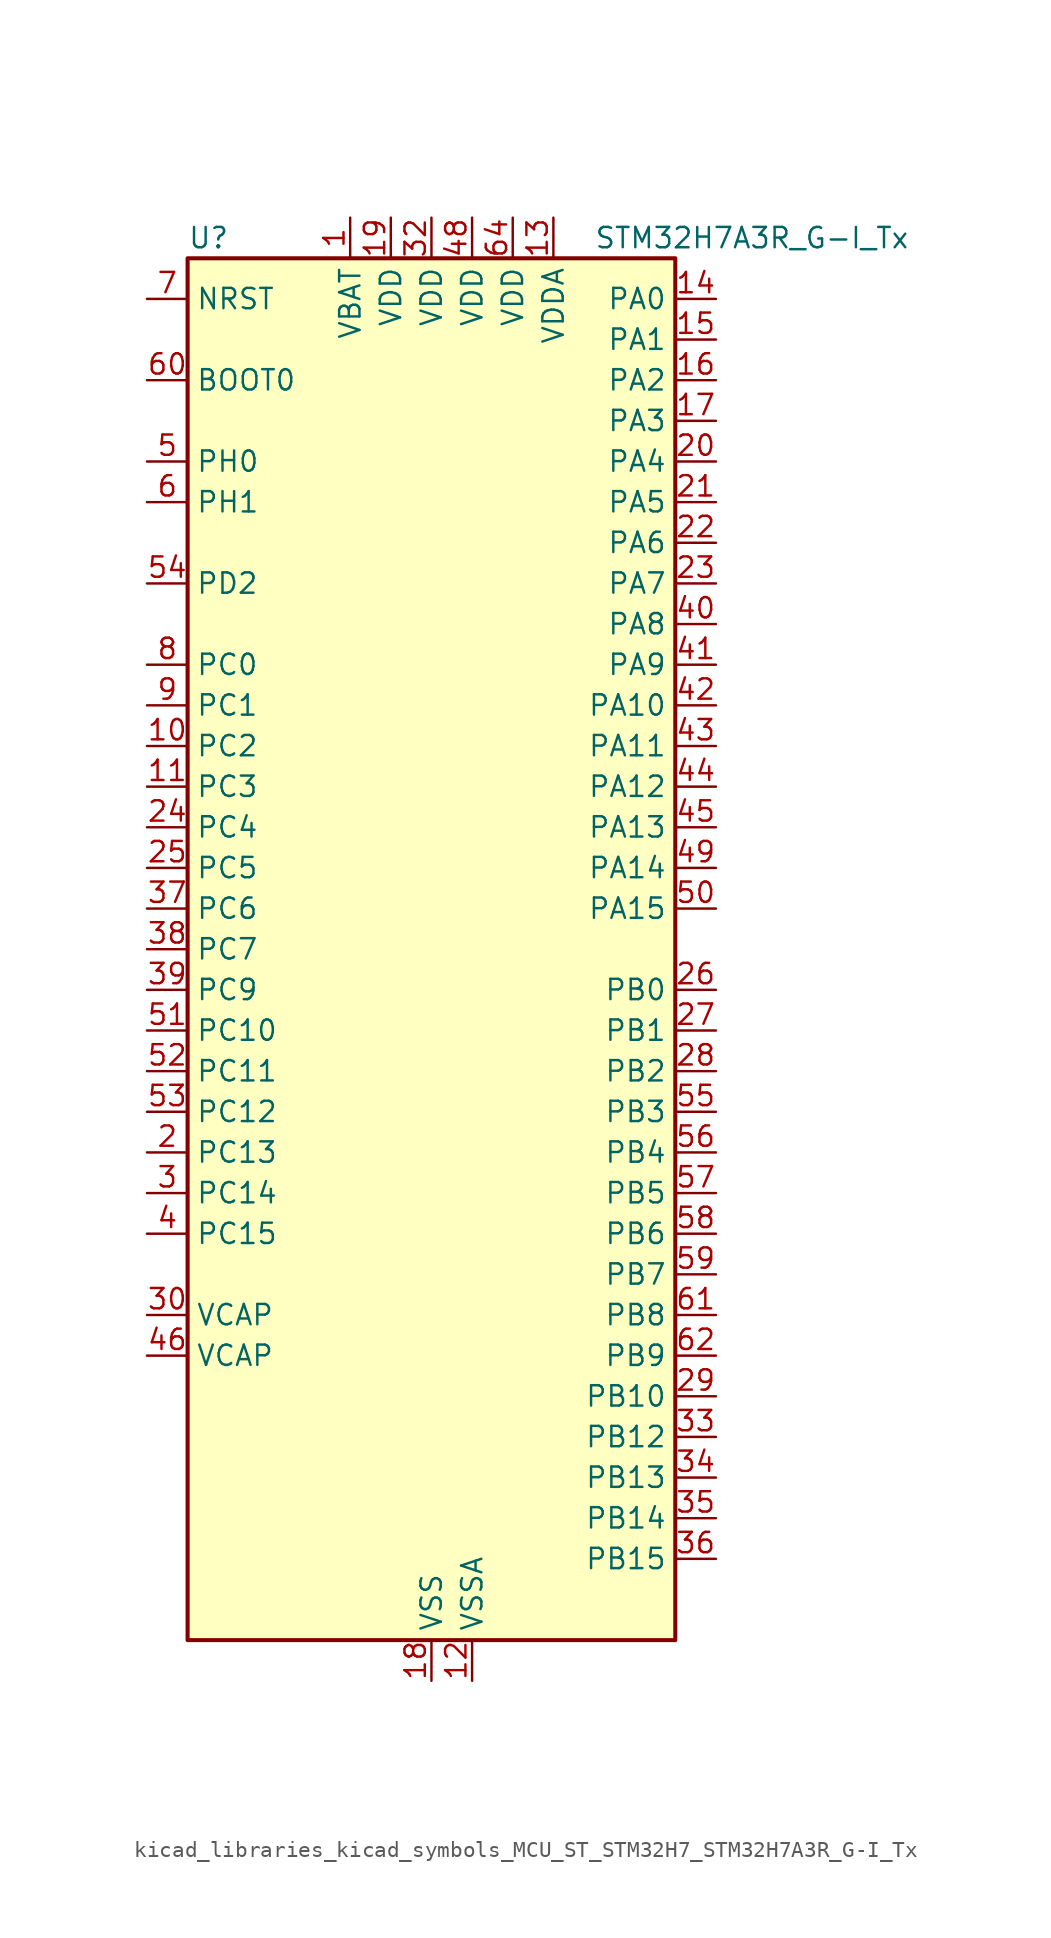
<source format=kicad_sym>
(kicad_symbol_lib
  (version 20220914)
  (generator kicad_symbol_editor)
  (symbol "kicad_libraries_kicad_symbols_MCU_ST_STM32H7_STM32H7A3R_G-I_Tx"
    (property "Reference" "U"
      (at -15.24 44.45 0)
      (effects (font (size 1.27 1.27)) (justify left)))
    (property "Value" "STM32H7A3R_G-I_Tx"
      (at 10.16 44.45 0)
      (effects (font (size 1.27 1.27)) (justify left)))
    (property "ki_locked" ""
      (at 0 0 0)
      (effects (font (size 1.27 1.27))))
    (symbol "kicad_libraries_kicad_symbols_MCU_ST_STM32H7_STM32H7A3R_G-I_Tx_0_1"
      (rectangle (start -15.24 -43.18) (end 15.24 43.18) (stroke (width 0.254) (type default)) (fill (type background))))
    (symbol "kicad_libraries_kicad_symbols_MCU_ST_STM32H7_STM32H7A3R_G-I_Tx_1_1"
      (pin power_in line (at -5.08 45.72 270) (length 2.54) (name "VBAT" (effects (font (size 1.27 1.27)))) (number "1" (effects (font (size 1.27 1.27)))))
      (pin bidirectional line (at -17.78 12.7 0) (length 2.54) (name "PC2" (effects (font (size 1.27 1.27)))) (number "10" (effects (font (size 1.27 1.27)))) (alternate "ADC1_INN11" bidirectional line) (alternate "ADC1_INP12" bidirectional line) (alternate "ADC2_INN11" bidirectional line) (alternate "ADC2_INP12" bidirectional line) (alternate "DFSDM1_CKIN1" bidirectional line) (alternate "DFSDM1_CKOUT" bidirectional line) (alternate "I2S2_SDI" bidirectional line) (alternate "OCTOSPIM_P1_IO2" bidirectional line) (alternate "OCTOSPIM_P1_IO5" bidirectional line) (alternate "PWR_CSTOP" bidirectional line) (alternate "SPI2_MISO" bidirectional line) (alternate "USB_OTG_HS_ULPI_DIR" bidirectional line))
      (pin bidirectional line (at -17.78 10.16 0) (length 2.54) (name "PC3" (effects (font (size 1.27 1.27)))) (number "11" (effects (font (size 1.27 1.27)))) (alternate "ADC1_INN12" bidirectional line) (alternate "ADC1_INP13" bidirectional line) (alternate "ADC2_INN12" bidirectional line) (alternate "ADC2_INP13" bidirectional line) (alternate "DFSDM1_DATIN1" bidirectional line) (alternate "I2S2_SDO" bidirectional line) (alternate "OCTOSPIM_P1_IO0" bidirectional line) (alternate "OCTOSPIM_P1_IO6" bidirectional line) (alternate "PWR_CSLEEP" bidirectional line) (alternate "SPI2_MOSI" bidirectional line) (alternate "USB_OTG_HS_ULPI_NXT" bidirectional line))
      (pin power_in line (at 2.54 -45.72 90) (length 2.54) (name "VSSA" (effects (font (size 1.27 1.27)))) (number "12" (effects (font (size 1.27 1.27)))))
      (pin power_in line (at 7.62 45.72 270) (length 2.54) (name "VDDA" (effects (font (size 1.27 1.27)))) (number "13" (effects (font (size 1.27 1.27)))))
      (pin bidirectional line (at 17.78 40.64 180) (length 2.54) (name "PA0" (effects (font (size 1.27 1.27)))) (number "14" (effects (font (size 1.27 1.27)))) (alternate "ADC1_INP16" bidirectional line) (alternate "I2S6_WS" bidirectional line) (alternate "PWR_WKUP1" bidirectional line) (alternate "SAI2_SD_B" bidirectional line) (alternate "SDMMC2_CMD" bidirectional line) (alternate "SPI6_NSS" bidirectional line) (alternate "TIM15_BKIN" bidirectional line) (alternate "TIM2_CH1" bidirectional line) (alternate "TIM2_ETR" bidirectional line) (alternate "TIM5_CH1" bidirectional line) (alternate "TIM8_ETR" bidirectional line) (alternate "UART4_TX" bidirectional line) (alternate "USART2_CTS" bidirectional line) (alternate "USART2_NSS" bidirectional line))
      (pin bidirectional line (at 17.78 38.1 180) (length 2.54) (name "PA1" (effects (font (size 1.27 1.27)))) (number "15" (effects (font (size 1.27 1.27)))) (alternate "ADC1_INN16" bidirectional line) (alternate "ADC1_INP17" bidirectional line) (alternate "LPTIM3_OUT" bidirectional line) (alternate "LTDC_R2" bidirectional line) (alternate "OCTOSPIM_P1_DQS" bidirectional line) (alternate "OCTOSPIM_P1_IO3" bidirectional line) (alternate "SAI2_MCLK_B" bidirectional line) (alternate "TIM15_CH1N" bidirectional line) (alternate "TIM2_CH2" bidirectional line) (alternate "TIM5_CH2" bidirectional line) (alternate "UART4_RX" bidirectional line) (alternate "USART2_DE" bidirectional line) (alternate "USART2_RTS" bidirectional line))
      (pin bidirectional line (at 17.78 35.56 180) (length 2.54) (name "PA2" (effects (font (size 1.27 1.27)))) (number "16" (effects (font (size 1.27 1.27)))) (alternate "ADC1_INP14" bidirectional line) (alternate "DFSDM2_CKIN1" bidirectional line) (alternate "LTDC_R1" bidirectional line) (alternate "MDIOS_MDIO" bidirectional line) (alternate "PWR_WKUP2" bidirectional line) (alternate "SAI2_SCK_B" bidirectional line) (alternate "TIM15_CH1" bidirectional line) (alternate "TIM2_CH3" bidirectional line) (alternate "TIM5_CH3" bidirectional line) (alternate "USART2_TX" bidirectional line))
      (pin bidirectional line (at 17.78 33.02 180) (length 2.54) (name "PA3" (effects (font (size 1.27 1.27)))) (number "17" (effects (font (size 1.27 1.27)))) (alternate "ADC1_INP15" bidirectional line) (alternate "I2S6_MCK" bidirectional line) (alternate "LTDC_B2" bidirectional line) (alternate "LTDC_B5" bidirectional line) (alternate "OCTOSPIM_P1_CLK" bidirectional line) (alternate "TIM15_CH2" bidirectional line) (alternate "TIM2_CH4" bidirectional line) (alternate "TIM5_CH4" bidirectional line) (alternate "USART2_RX" bidirectional line) (alternate "USB_OTG_HS_ULPI_D0" bidirectional line))
      (pin power_in line (at 0 -45.72 90) (length 2.54) (name "VSS" (effects (font (size 1.27 1.27)))) (number "18" (effects (font (size 1.27 1.27)))))
      (pin power_in line (at -2.54 45.72 270) (length 2.54) (name "VDD" (effects (font (size 1.27 1.27)))) (number "19" (effects (font (size 1.27 1.27)))))
      (pin bidirectional line (at -17.78 -12.7 0) (length 2.54) (name "PC13" (effects (font (size 1.27 1.27)))) (number "2" (effects (font (size 1.27 1.27)))) (alternate "PWR_WKUP4" bidirectional line) (alternate "RTC_OUT_ALARM" bidirectional line) (alternate "RTC_OUT_CALIB" bidirectional line) (alternate "RTC_TAMP1" bidirectional line) (alternate "RTC_TS" bidirectional line))
      (pin bidirectional line (at 17.78 30.48 180) (length 2.54) (name "PA4" (effects (font (size 1.27 1.27)))) (number "20" (effects (font (size 1.27 1.27)))) (alternate "ADC1_INP18" bidirectional line) (alternate "DAC1_OUT1" bidirectional line) (alternate "DCMI_HSYNC" bidirectional line) (alternate "I2S1_WS" bidirectional line) (alternate "I2S3_WS" bidirectional line) (alternate "I2S6_WS" bidirectional line) (alternate "LTDC_VSYNC" bidirectional line) (alternate "PSSI_DE" bidirectional line) (alternate "SPI1_NSS" bidirectional line) (alternate "SPI3_NSS" bidirectional line) (alternate "SPI6_NSS" bidirectional line) (alternate "TIM5_ETR" bidirectional line) (alternate "USART2_CK" bidirectional line))
      (pin bidirectional line (at 17.78 27.94 180) (length 2.54) (name "PA5" (effects (font (size 1.27 1.27)))) (number "21" (effects (font (size 1.27 1.27)))) (alternate "ADC1_INN18" bidirectional line) (alternate "ADC1_INP19" bidirectional line) (alternate "DAC1_OUT2" bidirectional line) (alternate "I2S1_CK" bidirectional line) (alternate "I2S6_CK" bidirectional line) (alternate "LTDC_R4" bidirectional line) (alternate "PSSI_D14" bidirectional line) (alternate "PWR_NDSTOP2" bidirectional line) (alternate "SPI1_SCK" bidirectional line) (alternate "SPI6_SCK" bidirectional line) (alternate "TIM2_CH1" bidirectional line) (alternate "TIM2_ETR" bidirectional line) (alternate "TIM8_CH1N" bidirectional line) (alternate "USB_OTG_HS_ULPI_CK" bidirectional line))
      (pin bidirectional line (at 17.78 25.4 180) (length 2.54) (name "PA6" (effects (font (size 1.27 1.27)))) (number "22" (effects (font (size 1.27 1.27)))) (alternate "ADC1_INP3" bidirectional line) (alternate "ADC2_INP3" bidirectional line) (alternate "DAC2_OUT1" bidirectional line) (alternate "DCMI_PIXCLK" bidirectional line) (alternate "I2S1_SDI" bidirectional line) (alternate "I2S6_SDI" bidirectional line) (alternate "LTDC_G2" bidirectional line) (alternate "MDIOS_MDC" bidirectional line) (alternate "OCTOSPIM_P1_IO3" bidirectional line) (alternate "PSSI_PDCK" bidirectional line) (alternate "SPI1_MISO" bidirectional line) (alternate "SPI6_MISO" bidirectional line) (alternate "TIM13_CH1" bidirectional line) (alternate "TIM1_BKIN" bidirectional line) (alternate "TIM1_BKIN_COMP1" bidirectional line) (alternate "TIM3_CH1" bidirectional line) (alternate "TIM8_BKIN" bidirectional line) (alternate "TIM8_BKIN_COMP1" bidirectional line))
      (pin bidirectional line (at 17.78 22.86 180) (length 2.54) (name "PA7" (effects (font (size 1.27 1.27)))) (number "23" (effects (font (size 1.27 1.27)))) (alternate "ADC1_INN3" bidirectional line) (alternate "ADC1_INP7" bidirectional line) (alternate "ADC2_INN3" bidirectional line) (alternate "ADC2_INP7" bidirectional line) (alternate "DFSDM2_DATIN1" bidirectional line) (alternate "I2S1_SDO" bidirectional line) (alternate "I2S6_SDO" bidirectional line) (alternate "LTDC_VSYNC" bidirectional line) (alternate "OCTOSPIM_P1_IO2" bidirectional line) (alternate "OPAMP1_VINM" bidirectional line) (alternate "SPI1_MOSI" bidirectional line) (alternate "SPI6_MOSI" bidirectional line) (alternate "TIM14_CH1" bidirectional line) (alternate "TIM1_CH1N" bidirectional line) (alternate "TIM3_CH2" bidirectional line) (alternate "TIM8_CH1N" bidirectional line))
      (pin bidirectional line (at -17.78 7.62 0) (length 2.54) (name "PC4" (effects (font (size 1.27 1.27)))) (number "24" (effects (font (size 1.27 1.27)))) (alternate "ADC1_INP4" bidirectional line) (alternate "ADC2_INP4" bidirectional line) (alternate "COMP1_INM" bidirectional line) (alternate "DFSDM1_CKIN2" bidirectional line) (alternate "I2S1_MCK" bidirectional line) (alternate "LTDC_R7" bidirectional line) (alternate "OPAMP1_VOUT" bidirectional line) (alternate "SPDIFRX_IN2" bidirectional line))
      (pin bidirectional line (at -17.78 5.08 0) (length 2.54) (name "PC5" (effects (font (size 1.27 1.27)))) (number "25" (effects (font (size 1.27 1.27)))) (alternate "ADC1_INN4" bidirectional line) (alternate "ADC1_INP8" bidirectional line) (alternate "ADC2_INN4" bidirectional line) (alternate "ADC2_INP8" bidirectional line) (alternate "COMP1_OUT" bidirectional line) (alternate "DFSDM1_DATIN2" bidirectional line) (alternate "LTDC_DE" bidirectional line) (alternate "OCTOSPIM_P1_DQS" bidirectional line) (alternate "OPAMP1_VINM" bidirectional line) (alternate "PSSI_D15" bidirectional line) (alternate "SPDIFRX_IN3" bidirectional line))
      (pin bidirectional line (at 17.78 -2.54 180) (length 2.54) (name "PB0" (effects (font (size 1.27 1.27)))) (number "26" (effects (font (size 1.27 1.27)))) (alternate "ADC1_INN5" bidirectional line) (alternate "ADC1_INP9" bidirectional line) (alternate "ADC2_INN5" bidirectional line) (alternate "ADC2_INP9" bidirectional line) (alternate "COMP1_INP" bidirectional line) (alternate "DFSDM1_CKOUT" bidirectional line) (alternate "DFSDM2_CKOUT" bidirectional line) (alternate "LTDC_G1" bidirectional line) (alternate "LTDC_R3" bidirectional line) (alternate "OCTOSPIM_P1_IO1" bidirectional line) (alternate "OPAMP1_VINP" bidirectional line) (alternate "TIM1_CH2N" bidirectional line) (alternate "TIM3_CH3" bidirectional line) (alternate "TIM8_CH2N" bidirectional line) (alternate "UART4_CTS" bidirectional line) (alternate "USB_OTG_HS_ULPI_D1" bidirectional line))
      (pin bidirectional line (at 17.78 -5.08 180) (length 2.54) (name "PB1" (effects (font (size 1.27 1.27)))) (number "27" (effects (font (size 1.27 1.27)))) (alternate "ADC1_INP5" bidirectional line) (alternate "ADC2_INP5" bidirectional line) (alternate "COMP1_INM" bidirectional line) (alternate "DFSDM1_DATIN1" bidirectional line) (alternate "LTDC_G0" bidirectional line) (alternate "LTDC_R6" bidirectional line) (alternate "OCTOSPIM_P1_IO0" bidirectional line) (alternate "TIM1_CH3N" bidirectional line) (alternate "TIM3_CH4" bidirectional line) (alternate "TIM8_CH3N" bidirectional line) (alternate "USB_OTG_HS_ULPI_D2" bidirectional line))
      (pin bidirectional line (at 17.78 -7.62 180) (length 2.54) (name "PB2" (effects (font (size 1.27 1.27)))) (number "28" (effects (font (size 1.27 1.27)))) (alternate "COMP1_INP" bidirectional line) (alternate "DFSDM1_CKIN1" bidirectional line) (alternate "I2S3_SDO" bidirectional line) (alternate "OCTOSPIM_P1_CLK" bidirectional line) (alternate "OCTOSPIM_P1_DQS" bidirectional line) (alternate "RTC_OUT_ALARM" bidirectional line) (alternate "RTC_OUT_CALIB" bidirectional line) (alternate "SPI3_MOSI" bidirectional line))
      (pin bidirectional line (at 17.78 -27.94 180) (length 2.54) (name "PB10" (effects (font (size 1.27 1.27)))) (number "29" (effects (font (size 1.27 1.27)))) (alternate "DFSDM1_DATIN7" bidirectional line) (alternate "I2S2_CK" bidirectional line) (alternate "LPTIM2_IN1" bidirectional line) (alternate "LTDC_G4" bidirectional line) (alternate "OCTOSPIM_P1_NCS" bidirectional line) (alternate "SPI2_SCK" bidirectional line) (alternate "TIM2_CH3" bidirectional line) (alternate "USART3_TX" bidirectional line) (alternate "USB_OTG_HS_ULPI_D3" bidirectional line))
      (pin bidirectional line (at -17.78 -15.24 0) (length 2.54) (name "PC14" (effects (font (size 1.27 1.27)))) (number "3" (effects (font (size 1.27 1.27)))) (alternate "RCC_OSC32_IN" bidirectional line))
      (pin power_out line (at -17.78 -22.86 0) (length 2.54) (name "VCAP" (effects (font (size 1.27 1.27)))) (number "30" (effects (font (size 1.27 1.27)))))
      (pin passive line (at 0 -45.72 90) (length 2.54) hide (name "VSS" (effects (font (size 1.27 1.27)))) (number "31" (effects (font (size 1.27 1.27)))))
      (pin power_in line (at 0 45.72 270) (length 2.54) (name "VDD" (effects (font (size 1.27 1.27)))) (number "32" (effects (font (size 1.27 1.27)))))
      (pin bidirectional line (at 17.78 -30.48 180) (length 2.54) (name "PB12" (effects (font (size 1.27 1.27)))) (number "33" (effects (font (size 1.27 1.27)))) (alternate "DFSDM1_DATIN1" bidirectional line) (alternate "DFSDM2_DATIN1" bidirectional line) (alternate "FDCAN2_RX" bidirectional line) (alternate "I2S2_WS" bidirectional line) (alternate "OCTOSPIM_P1_NCLK" bidirectional line) (alternate "SPI2_NSS" bidirectional line) (alternate "TIM1_BKIN" bidirectional line) (alternate "TIM1_BKIN_COMP1" bidirectional line) (alternate "UART5_RX" bidirectional line) (alternate "USART3_CK" bidirectional line) (alternate "USB_OTG_HS_ULPI_D5" bidirectional line))
      (pin bidirectional line (at 17.78 -33.02 180) (length 2.54) (name "PB13" (effects (font (size 1.27 1.27)))) (number "34" (effects (font (size 1.27 1.27)))) (alternate "DCMI_D2" bidirectional line) (alternate "DFSDM1_CKIN1" bidirectional line) (alternate "DFSDM2_CKIN1" bidirectional line) (alternate "FDCAN2_TX" bidirectional line) (alternate "I2S2_CK" bidirectional line) (alternate "LPTIM2_OUT" bidirectional line) (alternate "PSSI_D2" bidirectional line) (alternate "SDMMC1_D0" bidirectional line) (alternate "SPI2_SCK" bidirectional line) (alternate "TIM1_CH1N" bidirectional line) (alternate "UART5_TX" bidirectional line) (alternate "USART3_CTS" bidirectional line) (alternate "USART3_NSS" bidirectional line) (alternate "USB_OTG_HS_ULPI_D6" bidirectional line))
      (pin bidirectional line (at 17.78 -35.56 180) (length 2.54) (name "PB14" (effects (font (size 1.27 1.27)))) (number "35" (effects (font (size 1.27 1.27)))) (alternate "DFSDM1_DATIN2" bidirectional line) (alternate "I2S2_SDI" bidirectional line) (alternate "LTDC_CLK" bidirectional line) (alternate "SDMMC2_D0" bidirectional line) (alternate "SPI2_MISO" bidirectional line) (alternate "TIM12_CH1" bidirectional line) (alternate "TIM1_CH2N" bidirectional line) (alternate "TIM8_CH2N" bidirectional line) (alternate "UART4_DE" bidirectional line) (alternate "UART4_RTS" bidirectional line) (alternate "USART1_TX" bidirectional line) (alternate "USART3_DE" bidirectional line) (alternate "USART3_RTS" bidirectional line))
      (pin bidirectional line (at 17.78 -38.1 180) (length 2.54) (name "PB15" (effects (font (size 1.27 1.27)))) (number "36" (effects (font (size 1.27 1.27)))) (alternate "ADC1_EXTI15" bidirectional line) (alternate "ADC2_EXTI15" bidirectional line) (alternate "DFSDM1_CKIN2" bidirectional line) (alternate "I2S2_SDO" bidirectional line) (alternate "LTDC_G7" bidirectional line) (alternate "RTC_REFIN" bidirectional line) (alternate "SDMMC2_D1" bidirectional line) (alternate "SPI2_MOSI" bidirectional line) (alternate "TIM12_CH2" bidirectional line) (alternate "TIM1_CH3N" bidirectional line) (alternate "TIM8_CH3N" bidirectional line) (alternate "UART4_CTS" bidirectional line) (alternate "USART1_RX" bidirectional line))
      (pin bidirectional line (at -17.78 2.54 0) (length 2.54) (name "PC6" (effects (font (size 1.27 1.27)))) (number "37" (effects (font (size 1.27 1.27)))) (alternate "DCMI_D0" bidirectional line) (alternate "DFSDM1_CKIN3" bidirectional line) (alternate "I2S2_MCK" bidirectional line) (alternate "LTDC_HSYNC" bidirectional line) (alternate "PSSI_D0" bidirectional line) (alternate "SDMMC1_D0DIR" bidirectional line) (alternate "SDMMC1_D6" bidirectional line) (alternate "SDMMC2_D6" bidirectional line) (alternate "SWPMI1_IO" bidirectional line) (alternate "TIM3_CH1" bidirectional line) (alternate "TIM8_CH1" bidirectional line) (alternate "USART6_TX" bidirectional line))
      (pin bidirectional line (at -17.78 0 0) (length 2.54) (name "PC7" (effects (font (size 1.27 1.27)))) (number "38" (effects (font (size 1.27 1.27)))) (alternate "DCMI_D1" bidirectional line) (alternate "DEBUG_TRGIO" bidirectional line) (alternate "DFSDM1_DATIN3" bidirectional line) (alternate "I2S3_MCK" bidirectional line) (alternate "LTDC_G6" bidirectional line) (alternate "PSSI_D1" bidirectional line) (alternate "SDMMC1_D123DIR" bidirectional line) (alternate "SDMMC1_D7" bidirectional line) (alternate "SDMMC2_D7" bidirectional line) (alternate "SWPMI1_TX" bidirectional line) (alternate "TIM3_CH2" bidirectional line) (alternate "TIM8_CH2" bidirectional line) (alternate "USART6_RX" bidirectional line))
      (pin bidirectional line (at -17.78 -2.54 0) (length 2.54) (name "PC9" (effects (font (size 1.27 1.27)))) (number "39" (effects (font (size 1.27 1.27)))) (alternate "DAC1_EXTI9" bidirectional line) (alternate "DCMI_D3" bidirectional line) (alternate "I2C3_SDA" bidirectional line) (alternate "I2S_CKIN" bidirectional line) (alternate "LTDC_B2" bidirectional line) (alternate "LTDC_G3" bidirectional line) (alternate "OCTOSPIM_P1_IO0" bidirectional line) (alternate "PSSI_D3" bidirectional line) (alternate "RCC_MCO_2" bidirectional line) (alternate "SDMMC1_D1" bidirectional line) (alternate "SWPMI1_SUSPEND" bidirectional line) (alternate "TIM3_CH4" bidirectional line) (alternate "TIM8_CH4" bidirectional line) (alternate "UART5_CTS" bidirectional line))
      (pin bidirectional line (at -17.78 -17.78 0) (length 2.54) (name "PC15" (effects (font (size 1.27 1.27)))) (number "4" (effects (font (size 1.27 1.27)))) (alternate "ADC1_EXTI15" bidirectional line) (alternate "ADC2_EXTI15" bidirectional line) (alternate "RCC_OSC32_OUT" bidirectional line))
      (pin bidirectional line (at 17.78 20.32 180) (length 2.54) (name "PA8" (effects (font (size 1.27 1.27)))) (number "40" (effects (font (size 1.27 1.27)))) (alternate "I2C3_SCL" bidirectional line) (alternate "LTDC_B3" bidirectional line) (alternate "LTDC_R6" bidirectional line) (alternate "RCC_MCO_1" bidirectional line) (alternate "TIM1_CH1" bidirectional line) (alternate "TIM8_BKIN2" bidirectional line) (alternate "TIM8_BKIN2_COMP1" bidirectional line) (alternate "UART7_RX" bidirectional line) (alternate "USART1_CK" bidirectional line) (alternate "USB_OTG_HS_SOF" bidirectional line))
      (pin bidirectional line (at 17.78 17.78 180) (length 2.54) (name "PA9" (effects (font (size 1.27 1.27)))) (number "41" (effects (font (size 1.27 1.27)))) (alternate "DAC1_EXTI9" bidirectional line) (alternate "DCMI_D0" bidirectional line) (alternate "I2C3_SMBA" bidirectional line) (alternate "I2S2_CK" bidirectional line) (alternate "LPUART1_TX" bidirectional line) (alternate "LTDC_R5" bidirectional line) (alternate "PSSI_D0" bidirectional line) (alternate "SPI2_SCK" bidirectional line) (alternate "TIM1_CH2" bidirectional line) (alternate "USART1_TX" bidirectional line) (alternate "USB_OTG_HS_VBUS" bidirectional line))
      (pin bidirectional line (at 17.78 15.24 180) (length 2.54) (name "PA10" (effects (font (size 1.27 1.27)))) (number "42" (effects (font (size 1.27 1.27)))) (alternate "DCMI_D1" bidirectional line) (alternate "LPUART1_RX" bidirectional line) (alternate "LTDC_B1" bidirectional line) (alternate "LTDC_B4" bidirectional line) (alternate "MDIOS_MDIO" bidirectional line) (alternate "PSSI_D1" bidirectional line) (alternate "TIM1_CH3" bidirectional line) (alternate "USART1_RX" bidirectional line) (alternate "USB_OTG_HS_ID" bidirectional line))
      (pin bidirectional line (at 17.78 12.7 180) (length 2.54) (name "PA11" (effects (font (size 1.27 1.27)))) (number "43" (effects (font (size 1.27 1.27)))) (alternate "ADC1_EXTI11" bidirectional line) (alternate "ADC2_EXTI11" bidirectional line) (alternate "FDCAN1_RX" bidirectional line) (alternate "I2S2_WS" bidirectional line) (alternate "LPUART1_CTS" bidirectional line) (alternate "LTDC_R4" bidirectional line) (alternate "SPI2_NSS" bidirectional line) (alternate "TIM1_CH4" bidirectional line) (alternate "UART4_RX" bidirectional line) (alternate "USART1_CTS" bidirectional line) (alternate "USART1_NSS" bidirectional line) (alternate "USB_OTG_HS_DM" bidirectional line))
      (pin bidirectional line (at 17.78 10.16 180) (length 2.54) (name "PA12" (effects (font (size 1.27 1.27)))) (number "44" (effects (font (size 1.27 1.27)))) (alternate "FDCAN1_TX" bidirectional line) (alternate "I2S2_CK" bidirectional line) (alternate "LPUART1_DE" bidirectional line) (alternate "LPUART1_RTS" bidirectional line) (alternate "LTDC_R5" bidirectional line) (alternate "SAI2_FS_B" bidirectional line) (alternate "SPI2_SCK" bidirectional line) (alternate "TIM1_ETR" bidirectional line) (alternate "UART4_TX" bidirectional line) (alternate "USART1_DE" bidirectional line) (alternate "USART1_RTS" bidirectional line) (alternate "USB_OTG_HS_DP" bidirectional line))
      (pin bidirectional line (at 17.78 7.62 180) (length 2.54) (name "PA13" (effects (font (size 1.27 1.27)))) (number "45" (effects (font (size 1.27 1.27)))) (alternate "DEBUG_JTMS-SWDIO" bidirectional line))
      (pin power_out line (at -17.78 -25.4 0) (length 2.54) (name "VCAP" (effects (font (size 1.27 1.27)))) (number "46" (effects (font (size 1.27 1.27)))))
      (pin passive line (at 0 -45.72 90) (length 2.54) hide (name "VSS" (effects (font (size 1.27 1.27)))) (number "47" (effects (font (size 1.27 1.27)))))
      (pin power_in line (at 2.54 45.72 270) (length 2.54) (name "VDD" (effects (font (size 1.27 1.27)))) (number "48" (effects (font (size 1.27 1.27)))))
      (pin bidirectional line (at 17.78 5.08 180) (length 2.54) (name "PA14" (effects (font (size 1.27 1.27)))) (number "49" (effects (font (size 1.27 1.27)))) (alternate "DEBUG_JTCK-SWCLK" bidirectional line))
      (pin bidirectional line (at -17.78 30.48 0) (length 2.54) (name "PH0" (effects (font (size 1.27 1.27)))) (number "5" (effects (font (size 1.27 1.27)))) (alternate "RCC_OSC_IN" bidirectional line))
      (pin bidirectional line (at 17.78 2.54 180) (length 2.54) (name "PA15" (effects (font (size 1.27 1.27)))) (number "50" (effects (font (size 1.27 1.27)))) (alternate "ADC1_EXTI15" bidirectional line) (alternate "ADC2_EXTI15" bidirectional line) (alternate "CEC" bidirectional line) (alternate "DEBUG_JTDI" bidirectional line) (alternate "I2S1_WS" bidirectional line) (alternate "I2S3_WS" bidirectional line) (alternate "I2S6_WS" bidirectional line) (alternate "LTDC_B6" bidirectional line) (alternate "LTDC_R3" bidirectional line) (alternate "SPI1_NSS" bidirectional line) (alternate "SPI3_NSS" bidirectional line) (alternate "SPI6_NSS" bidirectional line) (alternate "TIM2_CH1" bidirectional line) (alternate "TIM2_ETR" bidirectional line) (alternate "UART4_DE" bidirectional line) (alternate "UART4_RTS" bidirectional line) (alternate "UART7_TX" bidirectional line))
      (pin bidirectional line (at -17.78 -5.08 0) (length 2.54) (name "PC10" (effects (font (size 1.27 1.27)))) (number "51" (effects (font (size 1.27 1.27)))) (alternate "DCMI_D8" bidirectional line) (alternate "DFSDM1_CKIN5" bidirectional line) (alternate "DFSDM2_CKIN0" bidirectional line) (alternate "I2S3_CK" bidirectional line) (alternate "LTDC_B1" bidirectional line) (alternate "LTDC_R2" bidirectional line) (alternate "OCTOSPIM_P1_IO1" bidirectional line) (alternate "PSSI_D8" bidirectional line) (alternate "SDMMC1_D2" bidirectional line) (alternate "SPI3_SCK" bidirectional line) (alternate "SWPMI1_RX" bidirectional line) (alternate "UART4_TX" bidirectional line) (alternate "USART3_TX" bidirectional line))
      (pin bidirectional line (at -17.78 -7.62 0) (length 2.54) (name "PC11" (effects (font (size 1.27 1.27)))) (number "52" (effects (font (size 1.27 1.27)))) (alternate "ADC1_EXTI11" bidirectional line) (alternate "ADC2_EXTI11" bidirectional line) (alternate "DCMI_D4" bidirectional line) (alternate "DFSDM1_DATIN5" bidirectional line) (alternate "DFSDM2_DATIN0" bidirectional line) (alternate "I2S3_SDI" bidirectional line) (alternate "LTDC_B4" bidirectional line) (alternate "OCTOSPIM_P1_NCS" bidirectional line) (alternate "PSSI_D4" bidirectional line) (alternate "SDMMC1_D3" bidirectional line) (alternate "SPI3_MISO" bidirectional line) (alternate "UART4_RX" bidirectional line) (alternate "USART3_RX" bidirectional line))
      (pin bidirectional line (at -17.78 -10.16 0) (length 2.54) (name "PC12" (effects (font (size 1.27 1.27)))) (number "53" (effects (font (size 1.27 1.27)))) (alternate "DCMI_D9" bidirectional line) (alternate "DEBUG_TRACED3" bidirectional line) (alternate "DFSDM2_CKOUT" bidirectional line) (alternate "I2S3_SDO" bidirectional line) (alternate "I2S6_CK" bidirectional line) (alternate "LTDC_R6" bidirectional line) (alternate "PSSI_D9" bidirectional line) (alternate "SDMMC1_CK" bidirectional line) (alternate "SPI3_MOSI" bidirectional line) (alternate "SPI6_SCK" bidirectional line) (alternate "TIM15_CH1" bidirectional line) (alternate "UART5_TX" bidirectional line) (alternate "USART3_CK" bidirectional line))
      (pin bidirectional line (at -17.78 22.86 0) (length 2.54) (name "PD2" (effects (font (size 1.27 1.27)))) (number "54" (effects (font (size 1.27 1.27)))) (alternate "DCMI_D11" bidirectional line) (alternate "DEBUG_TRACED2" bidirectional line) (alternate "LTDC_B2" bidirectional line) (alternate "LTDC_B7" bidirectional line) (alternate "PSSI_D11" bidirectional line) (alternate "SDMMC1_CMD" bidirectional line) (alternate "TIM15_BKIN" bidirectional line) (alternate "TIM3_ETR" bidirectional line) (alternate "UART5_RX" bidirectional line))
      (pin bidirectional line (at 17.78 -10.16 180) (length 2.54) (name "PB3" (effects (font (size 1.27 1.27)))) (number "55" (effects (font (size 1.27 1.27)))) (alternate "CRS_SYNC" bidirectional line) (alternate "DEBUG_JTDO-SWO" bidirectional line) (alternate "I2S1_CK" bidirectional line) (alternate "I2S3_CK" bidirectional line) (alternate "I2S6_CK" bidirectional line) (alternate "SDMMC2_D2" bidirectional line) (alternate "SPI1_SCK" bidirectional line) (alternate "SPI3_SCK" bidirectional line) (alternate "SPI6_SCK" bidirectional line) (alternate "TIM2_CH2" bidirectional line) (alternate "UART7_RX" bidirectional line))
      (pin bidirectional line (at 17.78 -12.7 180) (length 2.54) (name "PB4" (effects (font (size 1.27 1.27)))) (number "56" (effects (font (size 1.27 1.27)))) (alternate "DEBUG_JTRST" bidirectional line) (alternate "I2S1_SDI" bidirectional line) (alternate "I2S2_WS" bidirectional line) (alternate "I2S3_SDI" bidirectional line) (alternate "I2S6_SDI" bidirectional line) (alternate "SDMMC2_D3" bidirectional line) (alternate "SPI1_MISO" bidirectional line) (alternate "SPI2_NSS" bidirectional line) (alternate "SPI3_MISO" bidirectional line) (alternate "SPI6_MISO" bidirectional line) (alternate "TIM16_BKIN" bidirectional line) (alternate "TIM3_CH1" bidirectional line) (alternate "UART7_TX" bidirectional line))
      (pin bidirectional line (at 17.78 -15.24 180) (length 2.54) (name "PB5" (effects (font (size 1.27 1.27)))) (number "57" (effects (font (size 1.27 1.27)))) (alternate "DCMI_D10" bidirectional line) (alternate "FDCAN2_RX" bidirectional line) (alternate "I2C1_SMBA" bidirectional line) (alternate "I2C4_SMBA" bidirectional line) (alternate "I2S1_SDO" bidirectional line) (alternate "I2S3_SDO" bidirectional line) (alternate "I2S6_SDO" bidirectional line) (alternate "LTDC_B5" bidirectional line) (alternate "PSSI_D10" bidirectional line) (alternate "SPI1_MOSI" bidirectional line) (alternate "SPI3_MOSI" bidirectional line) (alternate "SPI6_MOSI" bidirectional line) (alternate "TIM17_BKIN" bidirectional line) (alternate "TIM3_CH2" bidirectional line) (alternate "UART5_RX" bidirectional line) (alternate "USB_OTG_HS_ULPI_D7" bidirectional line))
      (pin bidirectional line (at 17.78 -17.78 180) (length 2.54) (name "PB6" (effects (font (size 1.27 1.27)))) (number "58" (effects (font (size 1.27 1.27)))) (alternate "CEC" bidirectional line) (alternate "DCMI_D5" bidirectional line) (alternate "DFSDM1_DATIN5" bidirectional line) (alternate "FDCAN2_TX" bidirectional line) (alternate "I2C1_SCL" bidirectional line) (alternate "I2C4_SCL" bidirectional line) (alternate "LPUART1_TX" bidirectional line) (alternate "OCTOSPIM_P1_NCS" bidirectional line) (alternate "PSSI_D5" bidirectional line) (alternate "TIM16_CH1N" bidirectional line) (alternate "TIM4_CH1" bidirectional line) (alternate "UART5_TX" bidirectional line) (alternate "USART1_TX" bidirectional line))
      (pin bidirectional line (at 17.78 -20.32 180) (length 2.54) (name "PB7" (effects (font (size 1.27 1.27)))) (number "59" (effects (font (size 1.27 1.27)))) (alternate "DCMI_VSYNC" bidirectional line) (alternate "DFSDM1_CKIN5" bidirectional line) (alternate "I2C1_SDA" bidirectional line) (alternate "I2C4_SDA" bidirectional line) (alternate "LPUART1_RX" bidirectional line) (alternate "PSSI_RDY" bidirectional line) (alternate "PWR_PVD_IN" bidirectional line) (alternate "TIM17_CH1N" bidirectional line) (alternate "TIM4_CH2" bidirectional line) (alternate "USART1_RX" bidirectional line))
      (pin bidirectional line (at -17.78 27.94 0) (length 2.54) (name "PH1" (effects (font (size 1.27 1.27)))) (number "6" (effects (font (size 1.27 1.27)))) (alternate "RCC_OSC_OUT" bidirectional line))
      (pin input line (at -17.78 35.56 0) (length 2.54) (name "BOOT0" (effects (font (size 1.27 1.27)))) (number "60" (effects (font (size 1.27 1.27)))))
      (pin bidirectional line (at 17.78 -22.86 180) (length 2.54) (name "PB8" (effects (font (size 1.27 1.27)))) (number "61" (effects (font (size 1.27 1.27)))) (alternate "DCMI_D6" bidirectional line) (alternate "DFSDM1_CKIN7" bidirectional line) (alternate "FDCAN1_RX" bidirectional line) (alternate "I2C1_SCL" bidirectional line) (alternate "I2C4_SCL" bidirectional line) (alternate "LTDC_B6" bidirectional line) (alternate "PSSI_D6" bidirectional line) (alternate "SDMMC1_CKIN" bidirectional line) (alternate "SDMMC1_D4" bidirectional line) (alternate "SDMMC2_D4" bidirectional line) (alternate "TIM16_CH1" bidirectional line) (alternate "TIM4_CH3" bidirectional line) (alternate "UART4_RX" bidirectional line))
      (pin bidirectional line (at 17.78 -25.4 180) (length 2.54) (name "PB9" (effects (font (size 1.27 1.27)))) (number "62" (effects (font (size 1.27 1.27)))) (alternate "DAC1_EXTI9" bidirectional line) (alternate "DCMI_D7" bidirectional line) (alternate "DFSDM1_DATIN7" bidirectional line) (alternate "FDCAN1_TX" bidirectional line) (alternate "I2C1_SDA" bidirectional line) (alternate "I2C4_SDA" bidirectional line) (alternate "I2C4_SMBA" bidirectional line) (alternate "I2S2_WS" bidirectional line) (alternate "LTDC_B7" bidirectional line) (alternate "PSSI_D7" bidirectional line) (alternate "SDMMC1_CDIR" bidirectional line) (alternate "SDMMC1_D5" bidirectional line) (alternate "SDMMC2_D5" bidirectional line) (alternate "SPI2_NSS" bidirectional line) (alternate "TIM17_CH1" bidirectional line) (alternate "TIM4_CH4" bidirectional line) (alternate "UART4_TX" bidirectional line))
      (pin passive line (at 0 -45.72 90) (length 2.54) hide (name "VSS" (effects (font (size 1.27 1.27)))) (number "63" (effects (font (size 1.27 1.27)))))
      (pin power_in line (at 5.08 45.72 270) (length 2.54) (name "VDD" (effects (font (size 1.27 1.27)))) (number "64" (effects (font (size 1.27 1.27)))))
      (pin input line (at -17.78 40.64 0) (length 2.54) (name "NRST" (effects (font (size 1.27 1.27)))) (number "7" (effects (font (size 1.27 1.27)))))
      (pin bidirectional line (at -17.78 17.78 0) (length 2.54) (name "PC0" (effects (font (size 1.27 1.27)))) (number "8" (effects (font (size 1.27 1.27)))) (alternate "ADC1_INP10" bidirectional line) (alternate "ADC2_INP10" bidirectional line) (alternate "DFSDM1_CKIN0" bidirectional line) (alternate "DFSDM1_DATIN4" bidirectional line) (alternate "LTDC_G2" bidirectional line) (alternate "LTDC_R5" bidirectional line) (alternate "SAI2_FS_B" bidirectional line) (alternate "USB_OTG_HS_ULPI_STP" bidirectional line))
      (pin bidirectional line (at -17.78 15.24 0) (length 2.54) (name "PC1" (effects (font (size 1.27 1.27)))) (number "9" (effects (font (size 1.27 1.27)))) (alternate "ADC1_INN10" bidirectional line) (alternate "ADC1_INP11" bidirectional line) (alternate "ADC2_INN10" bidirectional line) (alternate "ADC2_INP11" bidirectional line) (alternate "DEBUG_TRACED0" bidirectional line) (alternate "DFSDM1_CKIN4" bidirectional line) (alternate "DFSDM1_DATIN0" bidirectional line) (alternate "I2S2_SDO" bidirectional line) (alternate "LTDC_G5" bidirectional line) (alternate "MDIOS_MDC" bidirectional line) (alternate "OCTOSPIM_P1_IO4" bidirectional line) (alternate "PWR_WKUP6" bidirectional line) (alternate "RTC_TAMP3" bidirectional line) (alternate "SDMMC2_CK" bidirectional line) (alternate "SPI2_MOSI" bidirectional line)))))
</source>
